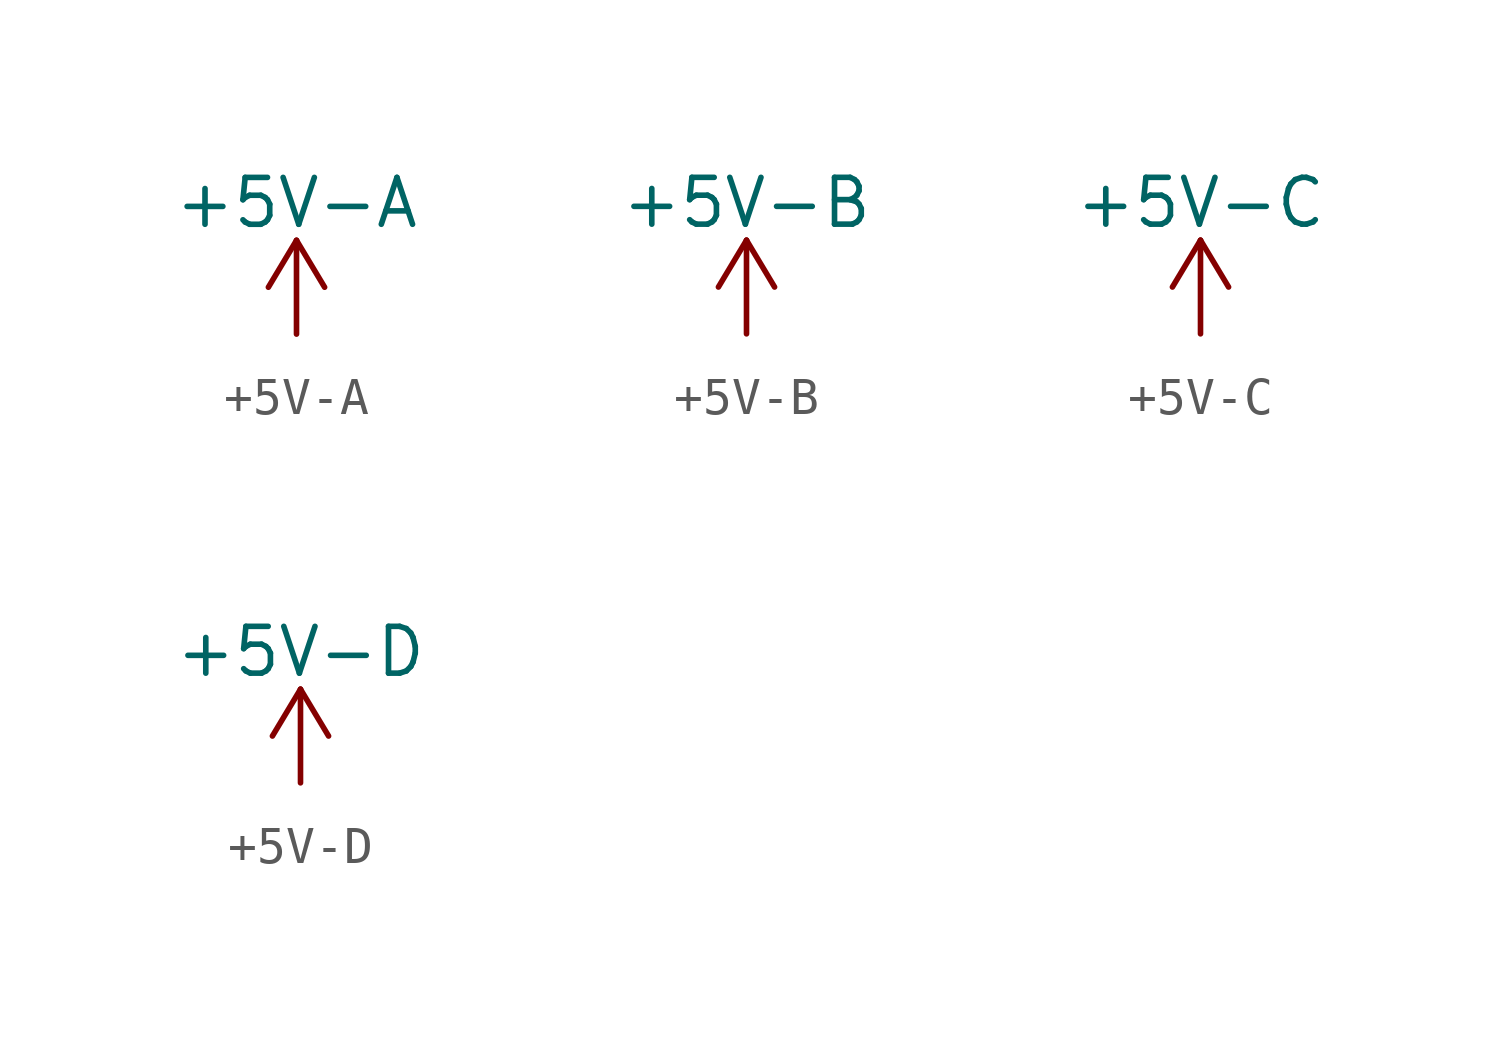
<source format=kicad_sym>
(kicad_symbol_lib
  (version 20220914)
  (generator kicad_symbol_editor)
  (symbol "+5V-A"
    (power)
    (pin_names
      (offset 0))
    (property "Reference" "#PWR"
      (at 0 -3.81 0)
      (effects (font (size 1.27 1.27)) hide))
    (property "Value" "+5V-A"
      (at 0 3.556 0)
      (effects (font (size 1.27 1.27))))
    (symbol "+5V-A_0_1"
      (polyline (pts (xy -0.762 1.27) (xy 0 2.54)) (stroke (width 0) (type default)) (fill (type none)))
      (polyline (pts (xy 0 0) (xy 0 2.54)) (stroke (width 0) (type default)) (fill (type none)))
      (polyline (pts (xy 0 2.54) (xy 0.762 1.27)) (stroke (width 0) (type default)) (fill (type none))))
    (symbol "+5V-A_1_1"
      (pin power_in line (at 0 0 90) (length 0) hide (name "+5V-A" (effects (font (size 1.27 1.27)))) (number "1" (effects (font (size 1.27 1.27)))))))
  (symbol "+5V-B"
    (power)
    (pin_names
      (offset 0))
    (property "Reference" "#PWR"
      (at 0 -3.81 0)
      (effects (font (size 1.27 1.27)) hide))
    (property "Value" "+5V-B"
      (at 0 3.556 0)
      (effects (font (size 1.27 1.27))))
    (symbol "+5V-B_0_1"
      (polyline (pts (xy -0.762 1.27) (xy 0 2.54)) (stroke (width 0) (type default)) (fill (type none)))
      (polyline (pts (xy 0 0) (xy 0 2.54)) (stroke (width 0) (type default)) (fill (type none)))
      (polyline (pts (xy 0 2.54) (xy 0.762 1.27)) (stroke (width 0) (type default)) (fill (type none))))
    (symbol "+5V-B_1_1"
      (pin power_in line (at 0 0 90) (length 0) hide (name "+5V-B" (effects (font (size 1.27 1.27)))) (number "1" (effects (font (size 1.27 1.27)))))))
  (symbol "+5V-C"
    (power)
    (pin_names
      (offset 0))
    (property "Reference" "#PWR"
      (at 0 -3.81 0)
      (effects (font (size 1.27 1.27)) hide))
    (property "Value" "+5V-C"
      (at 0 3.556 0)
      (effects (font (size 1.27 1.27))))
    (symbol "+5V-C_0_1"
      (polyline (pts (xy -0.762 1.27) (xy 0 2.54)) (stroke (width 0) (type default)) (fill (type none)))
      (polyline (pts (xy 0 0) (xy 0 2.54)) (stroke (width 0) (type default)) (fill (type none)))
      (polyline (pts (xy 0 2.54) (xy 0.762 1.27)) (stroke (width 0) (type default)) (fill (type none))))
    (symbol "+5V-C_1_1"
      (pin power_in line (at 0 0 90) (length 0) hide (name "+5V-C" (effects (font (size 1.27 1.27)))) (number "1" (effects (font (size 1.27 1.27)))))))
  (symbol "+5V-D"
    (power)
    (pin_names
      (offset 0))
    (property "Reference" "#PWR"
      (at 0 -3.81 0)
      (effects (font (size 1.27 1.27)) hide))
    (property "Value" "+5V-D"
      (at 0 3.556 0)
      (effects (font (size 1.27 1.27))))
    (symbol "+5V-D_0_1"
      (polyline (pts (xy -0.762 1.27) (xy 0 2.54)) (stroke (width 0) (type default)) (fill (type none)))
      (polyline (pts (xy 0 0) (xy 0 2.54)) (stroke (width 0) (type default)) (fill (type none)))
      (polyline (pts (xy 0 2.54) (xy 0.762 1.27)) (stroke (width 0) (type default)) (fill (type none))))
    (symbol "+5V-D_1_1"
      (pin power_in line (at 0 0 90) (length 0) hide (name "+5V-D" (effects (font (size 1.27 1.27)))) (number "1" (effects (font (size 1.27 1.27))))))))
</source>
